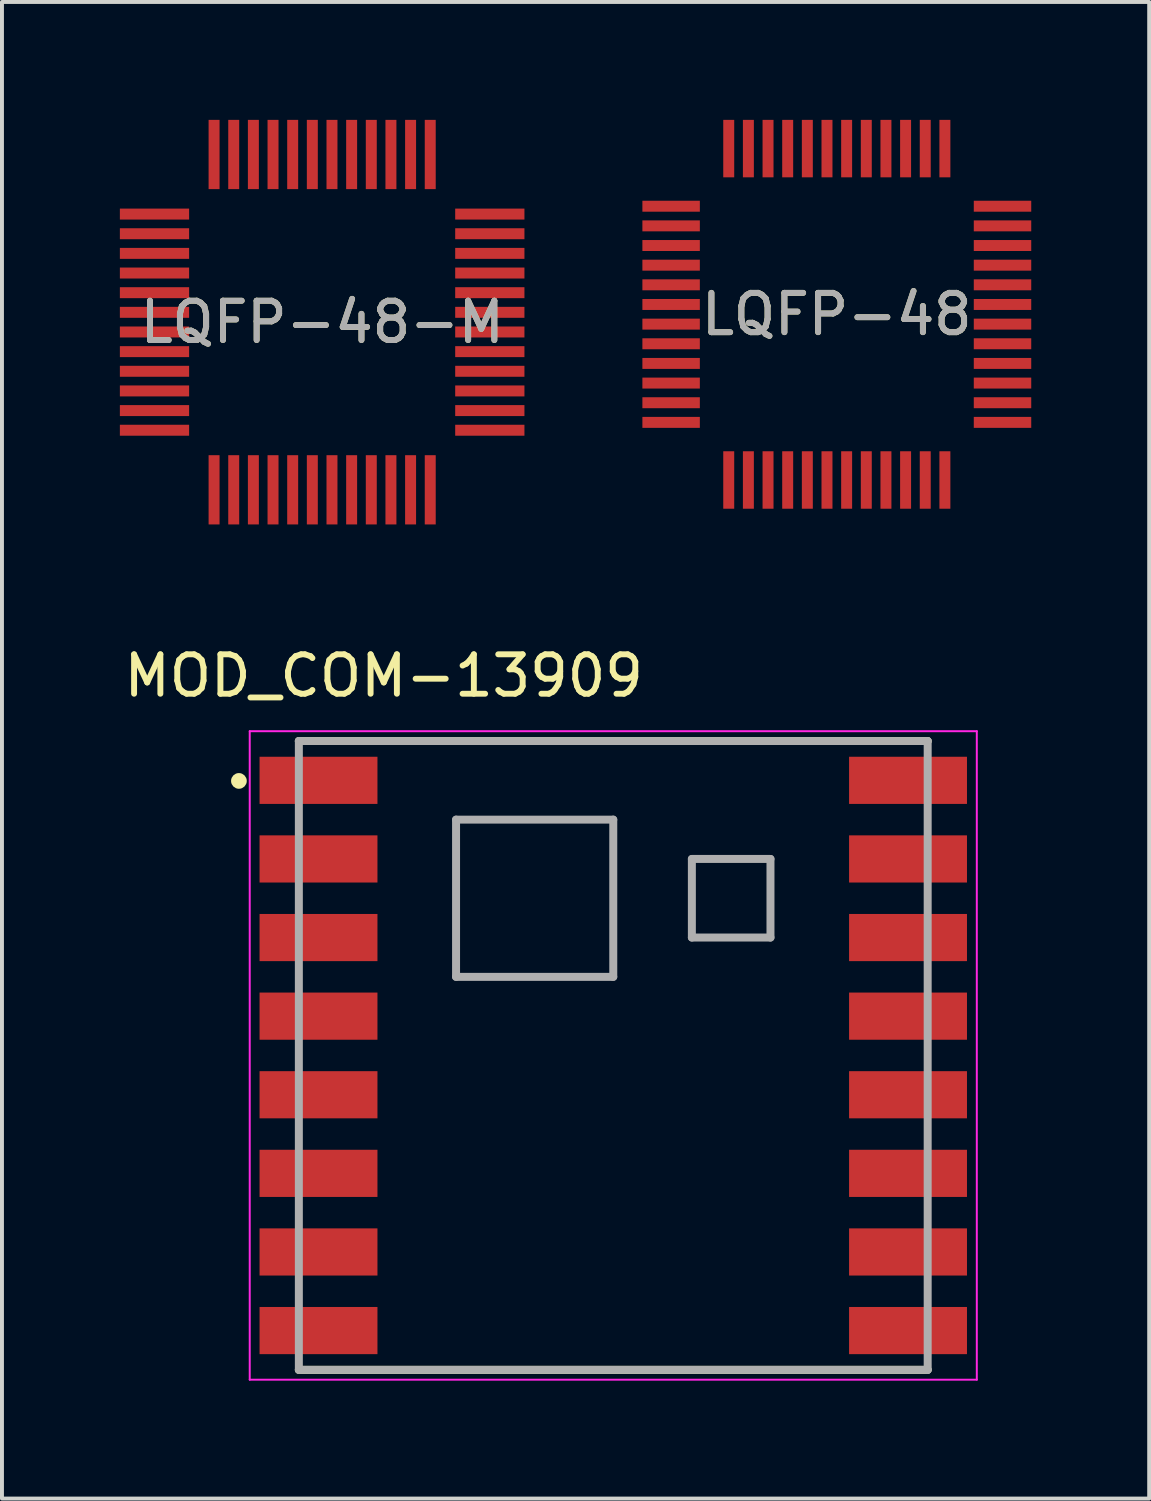
<source format=kicad_pcb>
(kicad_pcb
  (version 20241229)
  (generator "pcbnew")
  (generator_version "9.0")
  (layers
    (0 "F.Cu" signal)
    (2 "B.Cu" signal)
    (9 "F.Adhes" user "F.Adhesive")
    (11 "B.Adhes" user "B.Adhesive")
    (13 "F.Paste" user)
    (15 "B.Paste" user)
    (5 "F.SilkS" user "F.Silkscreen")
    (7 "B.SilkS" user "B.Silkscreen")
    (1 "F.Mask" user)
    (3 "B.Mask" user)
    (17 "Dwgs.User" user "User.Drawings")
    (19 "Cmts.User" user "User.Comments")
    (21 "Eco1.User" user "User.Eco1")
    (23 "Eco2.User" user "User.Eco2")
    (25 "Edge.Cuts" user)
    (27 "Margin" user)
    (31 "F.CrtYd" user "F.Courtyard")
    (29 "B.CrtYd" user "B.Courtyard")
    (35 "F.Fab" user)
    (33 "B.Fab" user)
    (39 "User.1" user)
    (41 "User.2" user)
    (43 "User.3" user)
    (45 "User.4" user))
  (footprint "MOD_COM-13909"
    (layer "F.Cu")
    (at 12.554 23.805)
    (property "Reference" "MOD_COM-13909" (at -5.84 -9.66 0) (layer "F.SilkS") (effects (font (size 1.003 1.003) (thickness 0.15))))
    (attr smd)
    (fp_line (start -8 -8) (end 8 -8) (stroke (width 0.203) (type solid)) (layer "F.SilkS"))
    (fp_line (start 8 8) (end -8 8) (stroke (width 0.203) (type solid)) (layer "F.SilkS"))
    (fp_circle (center -9.525 -6.985) (end -9.425 -6.985) (stroke (width 0.2) (type solid)) (fill no) (layer "F.SilkS"))
    (fp_line (start -9.25 -8.25) (end -9.25 8.25) (stroke (width 0.05) (type solid)) (layer "F.CrtYd"))
    (fp_line (start -9.25 8.25) (end 9.25 8.25) (stroke (width 0.05) (type solid)) (layer "F.CrtYd"))
    (fp_line (start 9.25 -8.25) (end -9.25 -8.25) (stroke (width 0.05) (type solid)) (layer "F.CrtYd"))
    (fp_line (start 9.25 8.25) (end 9.25 -8.25) (stroke (width 0.05) (type solid)) (layer "F.CrtYd"))
    (fp_line (start -8 -8) (end 8 -8) (stroke (width 0.203) (type solid)) (layer "F.Fab"))
    (fp_line (start -8 8) (end -8 -8) (stroke (width 0.203) (type solid)) (layer "F.Fab"))
    (fp_line (start -4 -6) (end -4 -2) (stroke (width 0.203) (type solid)) (layer "F.Fab"))
    (fp_line (start -4 -2) (end 0 -2) (stroke (width 0.203) (type solid)) (layer "F.Fab"))
    (fp_line (start 0 -6) (end -4 -6) (stroke (width 0.203) (type solid)) (layer "F.Fab"))
    (fp_line (start 0 -2) (end 0 -6) (stroke (width 0.203) (type solid)) (layer "F.Fab"))
    (fp_line (start 2 -3) (end 2 -5) (stroke (width 0.203) (type solid)) (layer "F.Fab"))
    (fp_line (start 4 -5) (end 2 -5) (stroke (width 0.203) (type solid)) (layer "F.Fab"))
    (fp_line (start 4 -3) (end 2 -3) (stroke (width 0.203) (type solid)) (layer "F.Fab"))
    (fp_line (start 4 -3) (end 4 -5) (stroke (width 0.203) (type solid)) (layer "F.Fab"))
    (fp_line (start 8 -8) (end 8 8) (stroke (width 0.203) (type solid)) (layer "F.Fab"))
    (fp_line (start 8 8) (end -8 8) (stroke (width 0.203) (type solid)) (layer "F.Fab"))
    (pad "1" smd rect (at -7.5 -7) (size 3 1.2) (layers "F.Cu" "F.Mask" "F.Paste"))
    (pad "2" smd rect (at -7.5 -5) (size 3 1.2) (layers "F.Cu" "F.Mask" "F.Paste"))
    (pad "3" smd rect (at -7.5 -3) (size 3 1.2) (layers "F.Cu" "F.Mask" "F.Paste"))
    (pad "4" smd rect (at -7.5 -1) (size 3 1.2) (layers "F.Cu" "F.Mask" "F.Paste"))
    (pad "5" smd rect (at -7.5 1) (size 3 1.2) (layers "F.Cu" "F.Mask" "F.Paste"))
    (pad "6" smd rect (at -7.5 3) (size 3 1.2) (layers "F.Cu" "F.Mask" "F.Paste"))
    (pad "7" smd rect (at -7.5 5) (size 3 1.2) (layers "F.Cu" "F.Mask" "F.Paste"))
    (pad "8" smd rect (at -7.5 7) (size 3 1.2) (layers "F.Cu" "F.Mask" "F.Paste"))
    (pad "9" smd rect (at 7.5 7) (size 3 1.2) (layers "F.Cu" "F.Mask" "F.Paste"))
    (pad "10" smd rect (at 7.5 5) (size 3 1.2) (layers "F.Cu" "F.Mask" "F.Paste"))
    (pad "11" smd rect (at 7.5 3) (size 3 1.2) (layers "F.Cu" "F.Mask" "F.Paste"))
    (pad "12" smd rect (at 7.5 1) (size 3 1.2) (layers "F.Cu" "F.Mask" "F.Paste"))
    (pad "13" smd rect (at 7.5 -1) (size 3 1.2) (layers "F.Cu" "F.Mask" "F.Paste"))
    (pad "14" smd rect (at 7.5 -3) (size 3 1.2) (layers "F.Cu" "F.Mask" "F.Paste"))
    (pad "15" smd rect (at 7.5 -5) (size 3 1.2) (layers "F.Cu" "F.Mask" "F.Paste"))
    (pad "16" smd rect (at 7.5 -7) (size 3 1.2) (layers "F.Cu" "F.Mask" "F.Paste")))
  (footprint "LQFP-48-M"
    (layer "F.Cu")
    (at 5.147 5.147)
    (property "Reference" "LQFP-48-M" (at 0 0 0) (unlocked yes) (layer "F.SilkS") (effects (font (size 1 1) (thickness 0.15))))
    (attr smd)
    (fp_text user "${REFERENCE}" (at 0 0 0) (unlocked yes) (layer "F.Fab") (effects (font (size 1 1) (thickness 0.15))))
    (pad "1" smd rect (at -4.266 -2.75 90) (size 0.279 1.762) (layers "F.Cu" "F.Mask" "F.Paste"))
    (pad "2" smd rect (at -4.266 -2.25 90) (size 0.279 1.762) (layers "F.Cu" "F.Mask" "F.Paste"))
    (pad "3" smd rect (at -4.266 -1.75 90) (size 0.279 1.762) (layers "F.Cu" "F.Mask" "F.Paste"))
    (pad "4" smd rect (at -4.266 -1.25 90) (size 0.279 1.762) (layers "F.Cu" "F.Mask" "F.Paste"))
    (pad "5" smd rect (at -4.266 -0.75 90) (size 0.279 1.762) (layers "F.Cu" "F.Mask" "F.Paste"))
    (pad "6" smd rect (at -4.266 -0.25 90) (size 0.279 1.762) (layers "F.Cu" "F.Mask" "F.Paste"))
    (pad "7" smd rect (at -4.266 0.25 90) (size 0.279 1.762) (layers "F.Cu" "F.Mask" "F.Paste"))
    (pad "8" smd rect (at -4.266 0.75 90) (size 0.279 1.762) (layers "F.Cu" "F.Mask" "F.Paste"))
    (pad "9" smd rect (at -4.266 1.25 90) (size 0.279 1.762) (layers "F.Cu" "F.Mask" "F.Paste"))
    (pad "10" smd rect (at -4.266 1.75 90) (size 0.279 1.762) (layers "F.Cu" "F.Mask" "F.Paste"))
    (pad "11" smd rect (at -4.266 2.25 90) (size 0.279 1.762) (layers "F.Cu" "F.Mask" "F.Paste"))
    (pad "12" smd rect (at -4.266 2.75 90) (size 0.279 1.762) (layers "F.Cu" "F.Mask" "F.Paste"))
    (pad "13" smd rect (at -2.75 4.266) (size 0.279 1.762) (layers "F.Cu" "F.Mask" "F.Paste"))
    (pad "14" smd rect (at -2.25 4.266) (size 0.279 1.762) (layers "F.Cu" "F.Mask" "F.Paste"))
    (pad "15" smd rect (at -1.75 4.266) (size 0.279 1.762) (layers "F.Cu" "F.Mask" "F.Paste"))
    (pad "16" smd rect (at -1.25 4.266) (size 0.279 1.762) (layers "F.Cu" "F.Mask" "F.Paste"))
    (pad "17" smd rect (at -0.75 4.266) (size 0.279 1.762) (layers "F.Cu" "F.Mask" "F.Paste"))
    (pad "18" smd rect (at -0.25 4.266) (size 0.279 1.762) (layers "F.Cu" "F.Mask" "F.Paste"))
    (pad "19" smd rect (at 0.25 4.266) (size 0.279 1.762) (layers "F.Cu" "F.Mask" "F.Paste"))
    (pad "20" smd rect (at 0.75 4.266) (size 0.279 1.762) (layers "F.Cu" "F.Mask" "F.Paste"))
    (pad "21" smd rect (at 1.25 4.266) (size 0.279 1.762) (layers "F.Cu" "F.Mask" "F.Paste"))
    (pad "22" smd rect (at 1.75 4.266) (size 0.279 1.762) (layers "F.Cu" "F.Mask" "F.Paste"))
    (pad "23" smd rect (at 2.25 4.266) (size 0.279 1.762) (layers "F.Cu" "F.Mask" "F.Paste"))
    (pad "24" smd rect (at 2.75 4.266) (size 0.279 1.762) (layers "F.Cu" "F.Mask" "F.Paste"))
    (pad "25" smd rect (at 4.266 2.75 90) (size 0.279 1.762) (layers "F.Cu" "F.Mask" "F.Paste"))
    (pad "26" smd rect (at 4.266 2.25 90) (size 0.279 1.762) (layers "F.Cu" "F.Mask" "F.Paste"))
    (pad "27" smd rect (at 4.266 1.75 90) (size 0.279 1.762) (layers "F.Cu" "F.Mask" "F.Paste"))
    (pad "28" smd rect (at 4.266 1.25 90) (size 0.279 1.762) (layers "F.Cu" "F.Mask" "F.Paste"))
    (pad "29" smd rect (at 4.266 0.75 90) (size 0.279 1.762) (layers "F.Cu" "F.Mask" "F.Paste"))
    (pad "30" smd rect (at 4.266 0.25 90) (size 0.279 1.762) (layers "F.Cu" "F.Mask" "F.Paste"))
    (pad "31" smd rect (at 4.266 -0.25 90) (size 0.279 1.762) (layers "F.Cu" "F.Mask" "F.Paste"))
    (pad "32" smd rect (at 4.266 -0.75 90) (size 0.279 1.762) (layers "F.Cu" "F.Mask" "F.Paste"))
    (pad "33" smd rect (at 4.266 -1.25 90) (size 0.279 1.762) (layers "F.Cu" "F.Mask" "F.Paste"))
    (pad "34" smd rect (at 4.266 -1.75 90) (size 0.279 1.762) (layers "F.Cu" "F.Mask" "F.Paste"))
    (pad "35" smd rect (at 4.266 -2.25 90) (size 0.279 1.762) (layers "F.Cu" "F.Mask" "F.Paste"))
    (pad "36" smd rect (at 4.266 -2.75 90) (size 0.279 1.762) (layers "F.Cu" "F.Mask" "F.Paste"))
    (pad "37" smd rect (at 2.75 -4.266) (size 0.279 1.762) (layers "F.Cu" "F.Mask" "F.Paste"))
    (pad "38" smd rect (at 2.25 -4.266) (size 0.279 1.762) (layers "F.Cu" "F.Mask" "F.Paste"))
    (pad "39" smd rect (at 1.75 -4.266) (size 0.279 1.762) (layers "F.Cu" "F.Mask" "F.Paste"))
    (pad "40" smd rect (at 1.25 -4.266) (size 0.279 1.762) (layers "F.Cu" "F.Mask" "F.Paste"))
    (pad "41" smd rect (at 0.75 -4.266) (size 0.279 1.762) (layers "F.Cu" "F.Mask" "F.Paste"))
    (pad "42" smd rect (at 0.25 -4.266) (size 0.279 1.762) (layers "F.Cu" "F.Mask" "F.Paste"))
    (pad "43" smd rect (at -0.25 -4.266) (size 0.279 1.762) (layers "F.Cu" "F.Mask" "F.Paste"))
    (pad "44" smd rect (at -0.75 -4.266) (size 0.279 1.762) (layers "F.Cu" "F.Mask" "F.Paste"))
    (pad "45" smd rect (at -1.25 -4.266) (size 0.279 1.762) (layers "F.Cu" "F.Mask" "F.Paste"))
    (pad "46" smd rect (at -1.75 -4.266) (size 0.279 1.762) (layers "F.Cu" "F.Mask" "F.Paste"))
    (pad "47" smd rect (at -2.25 -4.266) (size 0.279 1.762) (layers "F.Cu" "F.Mask" "F.Paste"))
    (pad "48" smd rect (at -2.75 -4.266) (size 0.279 1.762) (layers "F.Cu" "F.Mask" "F.Paste")))
  (footprint "LQFP-48"
    (layer "F.Cu")
    (at 18.242 4.947)
    (property "Reference" "LQFP-48" (at 0 0 0) (unlocked yes) (layer "F.SilkS") (effects (font (size 1 1) (thickness 0.15))))
    (attr smd)
    (fp_text user "${REFERENCE}" (at 0 0 0) (unlocked yes) (layer "F.Fab") (effects (font (size 1 1) (thickness 0.15))))
    (pad "1" smd rect (at -4.216 -2.75 90) (size 0.279 1.462) (layers "F.Cu" "F.Mask" "F.Paste"))
    (pad "2" smd rect (at -4.216 -2.25 90) (size 0.279 1.462) (layers "F.Cu" "F.Mask" "F.Paste"))
    (pad "3" smd rect (at -4.216 -1.75 90) (size 0.279 1.462) (layers "F.Cu" "F.Mask" "F.Paste"))
    (pad "4" smd rect (at -4.216 -1.25 90) (size 0.279 1.462) (layers "F.Cu" "F.Mask" "F.Paste"))
    (pad "5" smd rect (at -4.216 -0.75 90) (size 0.279 1.462) (layers "F.Cu" "F.Mask" "F.Paste"))
    (pad "6" smd rect (at -4.216 -0.25 90) (size 0.279 1.462) (layers "F.Cu" "F.Mask" "F.Paste"))
    (pad "7" smd rect (at -4.216 0.25 90) (size 0.279 1.462) (layers "F.Cu" "F.Mask" "F.Paste"))
    (pad "8" smd rect (at -4.216 0.75 90) (size 0.279 1.462) (layers "F.Cu" "F.Mask" "F.Paste"))
    (pad "9" smd rect (at -4.216 1.25 90) (size 0.279 1.462) (layers "F.Cu" "F.Mask" "F.Paste"))
    (pad "10" smd rect (at -4.216 1.75 90) (size 0.279 1.462) (layers "F.Cu" "F.Mask" "F.Paste"))
    (pad "11" smd rect (at -4.216 2.25 90) (size 0.279 1.462) (layers "F.Cu" "F.Mask" "F.Paste"))
    (pad "12" smd rect (at -4.216 2.75 90) (size 0.279 1.462) (layers "F.Cu" "F.Mask" "F.Paste"))
    (pad "13" smd rect (at -2.75 4.216) (size 0.279 1.462) (layers "F.Cu" "F.Mask" "F.Paste"))
    (pad "14" smd rect (at -2.25 4.216) (size 0.279 1.462) (layers "F.Cu" "F.Mask" "F.Paste"))
    (pad "15" smd rect (at -1.75 4.216) (size 0.279 1.462) (layers "F.Cu" "F.Mask" "F.Paste"))
    (pad "16" smd rect (at -1.25 4.216) (size 0.279 1.462) (layers "F.Cu" "F.Mask" "F.Paste"))
    (pad "17" smd rect (at -0.75 4.216) (size 0.279 1.462) (layers "F.Cu" "F.Mask" "F.Paste"))
    (pad "18" smd rect (at -0.25 4.216) (size 0.279 1.462) (layers "F.Cu" "F.Mask" "F.Paste"))
    (pad "19" smd rect (at 0.25 4.216) (size 0.279 1.462) (layers "F.Cu" "F.Mask" "F.Paste"))
    (pad "20" smd rect (at 0.75 4.216) (size 0.279 1.462) (layers "F.Cu" "F.Mask" "F.Paste"))
    (pad "21" smd rect (at 1.25 4.216) (size 0.279 1.462) (layers "F.Cu" "F.Mask" "F.Paste"))
    (pad "22" smd rect (at 1.75 4.216) (size 0.279 1.462) (layers "F.Cu" "F.Mask" "F.Paste"))
    (pad "23" smd rect (at 2.25 4.216) (size 0.279 1.462) (layers "F.Cu" "F.Mask" "F.Paste"))
    (pad "24" smd rect (at 2.75 4.216) (size 0.279 1.462) (layers "F.Cu" "F.Mask" "F.Paste"))
    (pad "25" smd rect (at 4.216 2.75 90) (size 0.279 1.462) (layers "F.Cu" "F.Mask" "F.Paste"))
    (pad "26" smd rect (at 4.216 2.25 90) (size 0.279 1.462) (layers "F.Cu" "F.Mask" "F.Paste"))
    (pad "27" smd rect (at 4.216 1.75 90) (size 0.279 1.462) (layers "F.Cu" "F.Mask" "F.Paste"))
    (pad "28" smd rect (at 4.216 1.25 90) (size 0.279 1.462) (layers "F.Cu" "F.Mask" "F.Paste"))
    (pad "29" smd rect (at 4.216 0.75 90) (size 0.279 1.462) (layers "F.Cu" "F.Mask" "F.Paste"))
    (pad "30" smd rect (at 4.216 0.25 90) (size 0.279 1.462) (layers "F.Cu" "F.Mask" "F.Paste"))
    (pad "31" smd rect (at 4.216 -0.25 90) (size 0.279 1.462) (layers "F.Cu" "F.Mask" "F.Paste"))
    (pad "32" smd rect (at 4.216 -0.75 90) (size 0.279 1.462) (layers "F.Cu" "F.Mask" "F.Paste"))
    (pad "33" smd rect (at 4.216 -1.25 90) (size 0.279 1.462) (layers "F.Cu" "F.Mask" "F.Paste"))
    (pad "34" smd rect (at 4.216 -1.75 90) (size 0.279 1.462) (layers "F.Cu" "F.Mask" "F.Paste"))
    (pad "35" smd rect (at 4.216 -2.25 90) (size 0.279 1.462) (layers "F.Cu" "F.Mask" "F.Paste"))
    (pad "36" smd rect (at 4.216 -2.75 90) (size 0.279 1.462) (layers "F.Cu" "F.Mask" "F.Paste"))
    (pad "37" smd rect (at 2.75 -4.216) (size 0.279 1.462) (layers "F.Cu" "F.Mask" "F.Paste"))
    (pad "38" smd rect (at 2.25 -4.216) (size 0.279 1.462) (layers "F.Cu" "F.Mask" "F.Paste"))
    (pad "39" smd rect (at 1.75 -4.216) (size 0.279 1.462) (layers "F.Cu" "F.Mask" "F.Paste"))
    (pad "40" smd rect (at 1.25 -4.216) (size 0.279 1.462) (layers "F.Cu" "F.Mask" "F.Paste"))
    (pad "41" smd rect (at 0.75 -4.216) (size 0.279 1.462) (layers "F.Cu" "F.Mask" "F.Paste"))
    (pad "42" smd rect (at 0.25 -4.216) (size 0.279 1.462) (layers "F.Cu" "F.Mask" "F.Paste"))
    (pad "43" smd rect (at -0.25 -4.216) (size 0.279 1.462) (layers "F.Cu" "F.Mask" "F.Paste"))
    (pad "44" smd rect (at -0.75 -4.216) (size 0.279 1.462) (layers "F.Cu" "F.Mask" "F.Paste"))
    (pad "45" smd rect (at -1.25 -4.216) (size 0.279 1.462) (layers "F.Cu" "F.Mask" "F.Paste"))
    (pad "46" smd rect (at -1.75 -4.216) (size 0.279 1.462) (layers "F.Cu" "F.Mask" "F.Paste"))
    (pad "47" smd rect (at -2.25 -4.216) (size 0.279 1.462) (layers "F.Cu" "F.Mask" "F.Paste"))
    (pad "48" smd rect (at -2.75 -4.216) (size 0.279 1.462) (layers "F.Cu" "F.Mask" "F.Paste")))
  (gr_rect
    (start -3 -3)
    (end 26.19 35.08)
    (stroke (width 0.1) (type default))
    (fill no)
    (layer "Edge.Cuts")))
</source>
